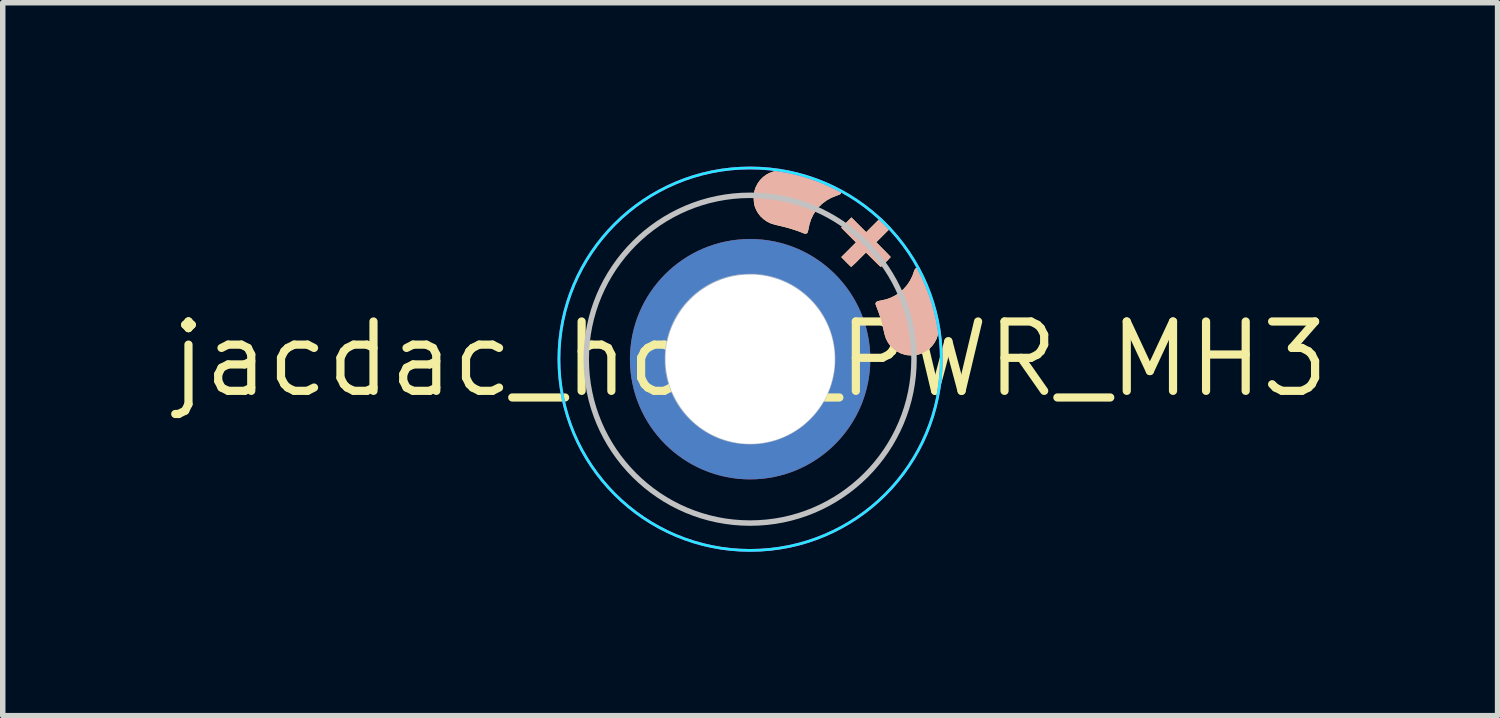
<source format=kicad_pcb>
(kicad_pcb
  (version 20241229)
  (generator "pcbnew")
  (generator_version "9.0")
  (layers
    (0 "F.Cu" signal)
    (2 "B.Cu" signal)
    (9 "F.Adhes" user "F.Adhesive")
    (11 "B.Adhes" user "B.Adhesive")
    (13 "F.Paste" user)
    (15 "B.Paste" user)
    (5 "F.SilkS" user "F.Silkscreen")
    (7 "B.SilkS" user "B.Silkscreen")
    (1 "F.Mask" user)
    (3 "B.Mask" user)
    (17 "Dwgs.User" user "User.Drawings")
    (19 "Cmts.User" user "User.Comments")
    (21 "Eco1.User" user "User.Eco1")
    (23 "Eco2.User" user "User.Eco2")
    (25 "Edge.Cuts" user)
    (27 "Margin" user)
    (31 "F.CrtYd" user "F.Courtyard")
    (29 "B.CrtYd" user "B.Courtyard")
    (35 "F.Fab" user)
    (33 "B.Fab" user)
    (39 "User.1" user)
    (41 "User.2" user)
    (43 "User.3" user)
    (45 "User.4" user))
  (footprint "jacdac_hole_PWR_MH3"
    (layer "F.Cu")
    (at 10.681 3.525)
    (property "Reference" "jacdac_hole_PWR_MH3" (at 0 0 0) (layer "F.SilkS") (effects (font (size 1.27 1.27) (thickness 0.15))))
    (attr through_hole exclude_from_bom)
    (fp_circle (center 0 0) (end 0 -2.5) (stroke (width 0) (type solid)) (fill yes) (layer "F.Mask"))
    (fp_circle (center 0 0) (end 0 -2.5) (stroke (width 0) (type solid)) (fill yes) (layer "B.Mask"))
    (fp_poly (pts (xy 1.989 -2.46) (xy 2.124 -2.325) (xy 2.258 -2.458) (xy 2.391 -2.592) (xy 2.483 -2.5) (xy 2.575 -2.408) (xy 2.442 -2.274) (xy 2.309 -2.141) (xy 2.44 -2.009) (xy 2.474 -1.975) (xy 2.504 -1.944) (xy 2.53 -1.917) (xy 2.551 -1.895) (xy 2.565 -1.88) (xy 2.572 -1.871) (xy 2.572 -1.871) (xy 2.568 -1.864) (xy 2.556 -1.851) (xy 2.538 -1.832) (xy 2.517 -1.809) (xy 2.492 -1.785) (xy 2.467 -1.76) (xy 2.443 -1.737) (xy 2.422 -1.716) (xy 2.405 -1.701) (xy 2.394 -1.691) (xy 2.391 -1.69) (xy 2.385 -1.694) (xy 2.371 -1.706) (xy 2.351 -1.725) (xy 2.326 -1.75) (xy 2.296 -1.779) (xy 2.263 -1.812) (xy 2.253 -1.822) (xy 2.121 -1.953) (xy 1.989 -1.822) (xy 1.956 -1.788) (xy 1.925 -1.758) (xy 1.897 -1.732) (xy 1.875 -1.711) (xy 1.86 -1.697) (xy 1.851 -1.69) (xy 1.85 -1.69) (xy 1.844 -1.694) (xy 1.83 -1.706) (xy 1.811 -1.725) (xy 1.787 -1.748) (xy 1.76 -1.775) (xy 1.756 -1.779) (xy 1.668 -1.869) (xy 1.803 -2.003) (xy 1.937 -2.138) (xy 1.802 -2.273) (xy 1.667 -2.408) (xy 1.761 -2.501) (xy 1.854 -2.595)) (stroke (width 0) (type solid)) (fill yes) (layer "F.SilkS"))
    (fp_poly (pts (xy 3.069 -1.669) (xy 3.08 -1.664) (xy 3.091 -1.654) (xy 3.104 -1.638) (xy 3.118 -1.615) (xy 3.135 -1.582) (xy 3.156 -1.54) (xy 3.158 -1.534) (xy 3.242 -1.347) (xy 3.315 -1.154) (xy 3.377 -0.954) (xy 3.427 -0.749) (xy 3.428 -0.745) (xy 3.443 -0.666) (xy 3.45 -0.596) (xy 3.45 -0.533) (xy 3.444 -0.475) (xy 3.438 -0.447) (xy 3.412 -0.371) (xy 3.375 -0.301) (xy 3.329 -0.239) (xy 3.275 -0.185) (xy 3.212 -0.14) (xy 3.141 -0.105) (xy 3.073 -0.082) (xy 3.028 -0.074) (xy 2.976 -0.07) (xy 2.922 -0.07) (xy 2.871 -0.074) (xy 2.831 -0.082) (xy 2.755 -0.107) (xy 2.685 -0.143) (xy 2.622 -0.188) (xy 2.568 -0.243) (xy 2.523 -0.305) (xy 2.487 -0.374) (xy 2.462 -0.45) (xy 2.459 -0.463) (xy 2.439 -0.549) (xy 2.421 -0.625) (xy 2.403 -0.693) (xy 2.385 -0.755) (xy 2.367 -0.813) (xy 2.347 -0.87) (xy 2.325 -0.928) (xy 2.323 -0.935) (xy 2.311 -0.963) (xy 2.302 -0.989) (xy 2.296 -1.008) (xy 2.294 -1.017) (xy 2.298 -1.029) (xy 2.308 -1.044) (xy 2.308 -1.045) (xy 2.316 -1.052) (xy 2.327 -1.058) (xy 2.343 -1.064) (xy 2.367 -1.069) (xy 2.394 -1.074) (xy 2.492 -1.096) (xy 2.582 -1.129) (xy 2.666 -1.172) (xy 2.744 -1.226) (xy 2.809 -1.285) (xy 2.873 -1.357) (xy 2.926 -1.437) (xy 2.97 -1.524) (xy 2.996 -1.598) (xy 3.008 -1.63) (xy 3.02 -1.652) (xy 3.033 -1.665) (xy 3.049 -1.67) (xy 3.056 -1.67)) (stroke (width 0) (type solid)) (fill yes) (layer "F.SilkS"))
    (fp_poly (pts (xy 0.604 -3.45) (xy 0.681 -3.441) (xy 0.767 -3.424) (xy 0.767 -3.424) (xy 0.919 -3.387) (xy 1.064 -3.344) (xy 1.206 -3.296) (xy 1.309 -3.257) (xy 1.348 -3.241) (xy 1.39 -3.223) (xy 1.434 -3.204) (xy 1.479 -3.183) (xy 1.522 -3.163) (xy 1.561 -3.144) (xy 1.596 -3.127) (xy 1.625 -3.111) (xy 1.645 -3.1) (xy 1.656 -3.092) (xy 1.656 -3.091) (xy 1.664 -3.073) (xy 1.664 -3.052) (xy 1.659 -3.032) (xy 1.653 -3.023) (xy 1.642 -3.017) (xy 1.622 -3.008) (xy 1.596 -2.998) (xy 1.577 -2.991) (xy 1.485 -2.954) (xy 1.401 -2.907) (xy 1.325 -2.851) (xy 1.256 -2.784) (xy 1.211 -2.729) (xy 1.158 -2.648) (xy 1.117 -2.563) (xy 1.087 -2.471) (xy 1.07 -2.393) (xy 1.062 -2.352) (xy 1.053 -2.323) (xy 1.041 -2.305) (xy 1.024 -2.297) (xy 1.001 -2.298) (xy 0.972 -2.307) (xy 0.95 -2.316) (xy 0.878 -2.344) (xy 0.794 -2.372) (xy 0.699 -2.401) (xy 0.595 -2.428) (xy 0.482 -2.455) (xy 0.456 -2.461) (xy 0.38 -2.484) (xy 0.31 -2.518) (xy 0.247 -2.562) (xy 0.19 -2.615) (xy 0.143 -2.676) (xy 0.114 -2.727) (xy 0.096 -2.766) (xy 0.083 -2.802) (xy 0.075 -2.838) (xy 0.069 -2.878) (xy 0.066 -2.926) (xy 0.066 -2.931) (xy 0.065 -2.969) (xy 0.065 -2.998) (xy 0.066 -3.022) (xy 0.07 -3.044) (xy 0.075 -3.068) (xy 0.076 -3.071) (xy 0.102 -3.148) (xy 0.138 -3.218) (xy 0.184 -3.281) (xy 0.239 -3.336) (xy 0.303 -3.382) (xy 0.352 -3.408) (xy 0.409 -3.43) (xy 0.469 -3.445) (xy 0.534 -3.451)) (stroke (width 0) (type solid)) (fill yes) (layer "F.SilkS"))
    (fp_poly (pts (xy 1.989 -2.46) (xy 2.124 -2.325) (xy 2.258 -2.458) (xy 2.391 -2.592) (xy 2.483 -2.5) (xy 2.575 -2.408) (xy 2.442 -2.274) (xy 2.309 -2.141) (xy 2.44 -2.009) (xy 2.474 -1.975) (xy 2.504 -1.944) (xy 2.53 -1.917) (xy 2.551 -1.895) (xy 2.565 -1.88) (xy 2.572 -1.871) (xy 2.572 -1.871) (xy 2.568 -1.864) (xy 2.556 -1.851) (xy 2.538 -1.832) (xy 2.517 -1.809) (xy 2.492 -1.785) (xy 2.467 -1.76) (xy 2.443 -1.737) (xy 2.422 -1.716) (xy 2.405 -1.701) (xy 2.394 -1.691) (xy 2.391 -1.69) (xy 2.385 -1.694) (xy 2.371 -1.706) (xy 2.351 -1.725) (xy 2.326 -1.75) (xy 2.296 -1.779) (xy 2.263 -1.812) (xy 2.253 -1.822) (xy 2.121 -1.953) (xy 1.989 -1.822) (xy 1.956 -1.788) (xy 1.925 -1.758) (xy 1.897 -1.732) (xy 1.875 -1.711) (xy 1.86 -1.697) (xy 1.851 -1.69) (xy 1.85 -1.69) (xy 1.844 -1.694) (xy 1.83 -1.706) (xy 1.811 -1.725) (xy 1.787 -1.748) (xy 1.76 -1.775) (xy 1.756 -1.779) (xy 1.668 -1.869) (xy 1.803 -2.003) (xy 1.937 -2.138) (xy 1.802 -2.273) (xy 1.667 -2.408) (xy 1.761 -2.501) (xy 1.854 -2.595)) (stroke (width 0) (type solid)) (fill yes) (layer "B.SilkS"))
    (fp_poly (pts (xy 3.069 -1.669) (xy 3.08 -1.664) (xy 3.091 -1.654) (xy 3.104 -1.638) (xy 3.118 -1.615) (xy 3.135 -1.582) (xy 3.156 -1.54) (xy 3.158 -1.534) (xy 3.242 -1.347) (xy 3.315 -1.154) (xy 3.377 -0.954) (xy 3.427 -0.749) (xy 3.428 -0.745) (xy 3.443 -0.666) (xy 3.45 -0.596) (xy 3.45 -0.533) (xy 3.444 -0.475) (xy 3.438 -0.447) (xy 3.412 -0.371) (xy 3.375 -0.301) (xy 3.329 -0.239) (xy 3.275 -0.185) (xy 3.212 -0.14) (xy 3.141 -0.105) (xy 3.073 -0.082) (xy 3.028 -0.074) (xy 2.976 -0.07) (xy 2.922 -0.07) (xy 2.871 -0.074) (xy 2.831 -0.082) (xy 2.755 -0.107) (xy 2.685 -0.143) (xy 2.622 -0.188) (xy 2.568 -0.243) (xy 2.523 -0.305) (xy 2.487 -0.374) (xy 2.462 -0.45) (xy 2.459 -0.463) (xy 2.439 -0.549) (xy 2.421 -0.625) (xy 2.403 -0.693) (xy 2.385 -0.755) (xy 2.367 -0.813) (xy 2.347 -0.87) (xy 2.325 -0.928) (xy 2.323 -0.935) (xy 2.311 -0.963) (xy 2.302 -0.989) (xy 2.296 -1.008) (xy 2.294 -1.017) (xy 2.298 -1.029) (xy 2.308 -1.044) (xy 2.308 -1.045) (xy 2.316 -1.052) (xy 2.327 -1.058) (xy 2.343 -1.064) (xy 2.367 -1.069) (xy 2.394 -1.074) (xy 2.492 -1.096) (xy 2.582 -1.129) (xy 2.666 -1.172) (xy 2.744 -1.226) (xy 2.809 -1.285) (xy 2.873 -1.357) (xy 2.926 -1.437) (xy 2.97 -1.524) (xy 2.996 -1.598) (xy 3.008 -1.63) (xy 3.02 -1.652) (xy 3.033 -1.665) (xy 3.049 -1.67) (xy 3.056 -1.67)) (stroke (width 0) (type solid)) (fill yes) (layer "B.SilkS"))
    (fp_poly (pts (xy 0.604 -3.45) (xy 0.681 -3.441) (xy 0.767 -3.424) (xy 0.767 -3.424) (xy 0.919 -3.387) (xy 1.064 -3.344) (xy 1.206 -3.296) (xy 1.309 -3.257) (xy 1.348 -3.241) (xy 1.39 -3.223) (xy 1.434 -3.204) (xy 1.479 -3.183) (xy 1.522 -3.163) (xy 1.561 -3.144) (xy 1.596 -3.127) (xy 1.625 -3.111) (xy 1.645 -3.1) (xy 1.656 -3.092) (xy 1.656 -3.091) (xy 1.664 -3.073) (xy 1.664 -3.052) (xy 1.659 -3.032) (xy 1.653 -3.023) (xy 1.642 -3.017) (xy 1.622 -3.008) (xy 1.596 -2.998) (xy 1.577 -2.991) (xy 1.485 -2.954) (xy 1.401 -2.907) (xy 1.325 -2.851) (xy 1.256 -2.784) (xy 1.211 -2.729) (xy 1.158 -2.648) (xy 1.117 -2.563) (xy 1.087 -2.471) (xy 1.07 -2.393) (xy 1.062 -2.352) (xy 1.053 -2.323) (xy 1.041 -2.305) (xy 1.024 -2.297) (xy 1.001 -2.298) (xy 0.972 -2.307) (xy 0.95 -2.316) (xy 0.878 -2.344) (xy 0.794 -2.372) (xy 0.699 -2.401) (xy 0.595 -2.428) (xy 0.482 -2.455) (xy 0.456 -2.461) (xy 0.38 -2.484) (xy 0.31 -2.518) (xy 0.247 -2.562) (xy 0.19 -2.615) (xy 0.143 -2.676) (xy 0.114 -2.727) (xy 0.096 -2.766) (xy 0.083 -2.802) (xy 0.075 -2.838) (xy 0.069 -2.878) (xy 0.066 -2.926) (xy 0.066 -2.931) (xy 0.065 -2.969) (xy 0.065 -2.998) (xy 0.066 -3.022) (xy 0.07 -3.044) (xy 0.075 -3.068) (xy 0.076 -3.071) (xy 0.102 -3.148) (xy 0.138 -3.218) (xy 0.184 -3.281) (xy 0.239 -3.336) (xy 0.303 -3.382) (xy 0.352 -3.408) (xy 0.409 -3.43) (xy 0.469 -3.445) (xy 0.534 -3.451)) (stroke (width 0) (type solid)) (fill yes) (layer "B.SilkS"))
    (fp_circle (center 0 0) (end -3 0) (stroke (width 0.1) (type default)) (fill no) (layer "Dwgs.User"))
    (fp_poly (pts (xy -0.051 1.553) (xy -0.173 1.545) (xy -0.291 1.528) (xy -0.405 1.503) (xy -0.517 1.468) (xy -0.628 1.424) (xy -0.686 1.397) (xy -0.796 1.337) (xy -0.901 1.269) (xy -0.999 1.194) (xy -1.09 1.112) (xy -1.175 1.023) (xy -1.252 0.929) (xy -1.321 0.828) (xy -1.382 0.722) (xy -1.435 0.611) (xy -1.478 0.496) (xy -1.513 0.377) (xy -1.526 0.321) (xy -1.535 0.278) (xy -1.542 0.239) (xy -1.547 0.204) (xy -1.551 0.169) (xy -1.554 0.133) (xy -1.556 0.093) (xy -1.556 0.047) (xy -1.557 -0.005) (xy -1.556 -0.061) (xy -1.555 -0.109) (xy -1.553 -0.152) (xy -1.549 -0.191) (xy -1.544 -0.23) (xy -1.538 -0.269) (xy -1.529 -0.312) (xy -1.521 -0.348) (xy -1.49 -0.466) (xy -1.448 -0.582) (xy -1.398 -0.695) (xy -1.339 -0.803) (xy -1.271 -0.907) (xy -1.195 -1.004) (xy -1.183 -1.019) (xy -1.097 -1.111) (xy -1.005 -1.195) (xy -0.906 -1.271) (xy -0.802 -1.339) (xy -0.69 -1.4) (xy -0.687 -1.401) (xy -0.596 -1.443) (xy -0.505 -1.477) (xy -0.413 -1.505) (xy -0.317 -1.528) (xy -0.221 -1.545) (xy -0.191 -1.549) (xy -0.158 -1.552) (xy -0.12 -1.554) (xy -0.076 -1.556) (xy -0.03 -1.557) (xy 0.005 -1.557) (xy 0.039 -1.557) (xy 0.068 -1.557) (xy 0.092 -1.557) (xy 0.108 -1.557) (xy 0.114 -1.557) (xy 0.226 -1.543) (xy 0.33 -1.524) (xy 0.429 -1.499) (xy 0.524 -1.469) (xy 0.618 -1.431) (xy 0.696 -1.395) (xy 0.8 -1.338) (xy 0.898 -1.274) (xy 0.99 -1.203) (xy 1.078 -1.124) (xy 1.115 -1.086) (xy 1.154 -1.045) (xy 1.188 -1.007) (xy 1.219 -0.969) (xy 1.249 -0.929) (xy 1.281 -0.884) (xy 1.296 -0.862) (xy 1.361 -0.755) (xy 1.417 -0.644) (xy 1.463 -0.53) (xy 1.5 -0.412) (xy 1.528 -0.292) (xy 1.545 -0.168) (xy 1.553 -0.048) (xy 1.553 0.003) (xy 1.537 0.003) (xy 1.536 -0.042) (xy 1.536 -0.085) (xy 1.534 -0.124) (xy 1.533 -0.158) (xy 1.53 -0.183) (xy 1.53 -0.188) (xy 1.507 -0.317) (xy 1.476 -0.44) (xy 1.436 -0.559) (xy 1.387 -0.672) (xy 1.33 -0.78) (xy 1.264 -0.883) (xy 1.189 -0.981) (xy 1.105 -1.075) (xy 1.087 -1.092) (xy 0.996 -1.176) (xy 0.9 -1.252) (xy 0.798 -1.32) (xy 0.691 -1.38) (xy 0.581 -1.431) (xy 0.467 -1.472) (xy 0.35 -1.505) (xy 0.231 -1.527) (xy 0.183 -1.534) (xy 0.16 -1.536) (xy 0.138 -1.539) (xy 0.122 -1.541) (xy 0.117 -1.541) (xy 0.1 -1.542) (xy 0.075 -1.543) (xy 0.044 -1.543) (xy 0.008 -1.542) (xy -0.031 -1.542) (xy -0.07 -1.54) (xy -0.109 -1.539) (xy -0.144 -1.537) (xy -0.175 -1.535) (xy -0.198 -1.533) (xy -0.208 -1.532) (xy -0.326 -1.511) (xy -0.437 -1.483) (xy -0.543 -1.448) (xy -0.646 -1.405) (xy -0.746 -1.354) (xy -0.845 -1.294) (xy -0.853 -1.288) (xy -0.92 -1.242) (xy -0.982 -1.194) (xy -1.042 -1.141) (xy -1.092 -1.092) (xy -1.177 -1.001) (xy -1.254 -0.903) (xy -1.322 -0.801) (xy -1.381 -0.694) (xy -1.432 -0.583) (xy -1.474 -0.468) (xy -1.505 -0.35) (xy -1.516 -0.302) (xy -1.523 -0.26) (xy -1.529 -0.224) (xy -1.534 -0.192) (xy -1.537 -0.16) (xy -1.54 -0.127) (xy -1.541 -0.091) (xy -1.542 -0.048) (xy -1.542 -0.003) (xy -1.541 0.049) (xy -1.54 0.095) (xy -1.539 0.134) (xy -1.537 0.165) (xy -1.535 0.183) (xy -1.515 0.302) (xy -1.488 0.415) (xy -1.454 0.522) (xy -1.412 0.625) (xy -1.362 0.726) (xy -1.303 0.825) (xy -1.288 0.848) (xy -1.242 0.915) (xy -1.194 0.977) (xy -1.141 1.037) (xy -1.092 1.087) (xy -1 1.173) (xy -0.903 1.25) (xy -0.801 1.318) (xy -0.694 1.377) (xy -0.582 1.427) (xy -0.465 1.468) (xy -0.343 1.501) (xy -0.216 1.526) (xy -0.188 1.53) (xy -0.164 1.532) (xy -0.132 1.534) (xy -0.094 1.535) (xy -0.052 1.536) (xy -0.007 1.537) (xy 0.037 1.536) (xy 0.08 1.536) (xy 0.119 1.534) (xy 0.153 1.533) (xy 0.179 1.53) (xy 0.183 1.53) (xy 0.312 1.507) (xy 0.435 1.476) (xy 0.554 1.436) (xy 0.667 1.387) (xy 0.775 1.33) (xy 0.878 1.264) (xy 0.976 1.189) (xy 1.069 1.105) (xy 1.087 1.087) (xy 1.173 0.995) (xy 1.25 0.898) (xy 1.317 0.796) (xy 1.376 0.69) (xy 1.427 0.578) (xy 1.468 0.461) (xy 1.501 0.339) (xy 1.526 0.211) (xy 1.53 0.183) (xy 1.532 0.159) (xy 1.534 0.127) (xy 1.536 0.089) (xy 1.536 0.047) (xy 1.537 0.003) (xy 1.553 0.003) (xy 1.553 0.045) (xy 1.549 0.132) (xy 1.54 0.217) (xy 1.525 0.303) (xy 1.509 0.373) (xy 1.476 0.49) (xy 1.433 0.604) (xy 1.381 0.714) (xy 1.321 0.819) (xy 1.253 0.92) (xy 1.177 1.015) (xy 1.094 1.103) (xy 1.004 1.186) (xy 0.908 1.261) (xy 0.807 1.329) (xy 0.7 1.388) (xy 0.696 1.39) (xy 0.583 1.441) (xy 0.469 1.483) (xy 0.354 1.514) (xy 0.237 1.537) (xy 0.116 1.55) (xy -0.008 1.554) (xy -0.051 1.553)) (stroke (width 0.01) (type solid)) (fill no) (layer "Dwgs.User"))
    (fp_circle (center 0 0) (end 0 -3.5) (stroke (width 0.05) (type default)) (fill no) (layer "B.CrtYd"))
    (fp_circle (center 0 0) (end 0 -3.5) (stroke (width 0.05) (type default)) (fill no) (layer "F.CrtYd"))
    (pad "MH3" thru_hole circle (at 0 0 180) (size 4.4 4.4) (drill 3.1) (layers "*.Cu"))
    (zone (net_name "") (layers "F.Cu" "B.Cu") (hatch edge 0.5) (connect_pads) (min_thickness 0.254) (filled_areas_thickness no) (keepout (tracks allowed) (vias allowed) (pads allowed) (copperpour not_allowed) (footprints allowed)) (placement (enabled no)) (fill) (polygon (pts (xy 7.676 3.525) (xy 7.697 3.874) (xy 7.757 4.218) (xy 7.857 4.553) (xy 7.996 4.874) (xy 8.171 5.176) (xy 8.379 5.457) (xy 8.619 5.711) (xy 8.887 5.935) (xy 9.179 6.127) (xy 9.491 6.284) (xy 9.819 6.404) (xy 10.16 6.484) (xy 10.507 6.525) (xy 10.856 6.525) (xy 11.203 6.484) (xy 11.543 6.404) (xy 11.872 6.284) (xy 12.184 6.127) (xy 12.476 5.935) (xy 12.744 5.711) (xy 12.983 5.457) (xy 13.192 5.176) (xy 13.367 4.874) (xy 13.505 4.553) (xy 13.605 4.218) (xy 13.666 3.874) (xy 13.686 3.525) (xy 13.666 3.176) (xy 13.605 2.832) (xy 13.505 2.497) (xy 13.367 2.176) (xy 13.192 1.874) (xy 12.983 1.593) (xy 12.744 1.339) (xy 12.476 1.115) (xy 12.184 0.923) (xy 11.872 0.766) (xy 11.543 0.646) (xy 11.203 0.566) (xy 10.856 0.525) (xy 10.507 0.525) (xy 10.16 0.566) (xy 9.819 0.646) (xy 9.491 0.766) (xy 9.179 0.923) (xy 8.887 1.115) (xy 8.619 1.339) (xy 8.379 1.593) (xy 8.171 1.874) (xy 7.996 2.176) (xy 7.857 2.497) (xy 7.757 2.832) (xy 7.697 3.176)))))
  (gr_rect
    (start -3 -3)
    (end 24.363 10.05)
    (stroke (width 0.1) (type default))
    (fill no)
    (layer "Edge.Cuts")))
</source>
